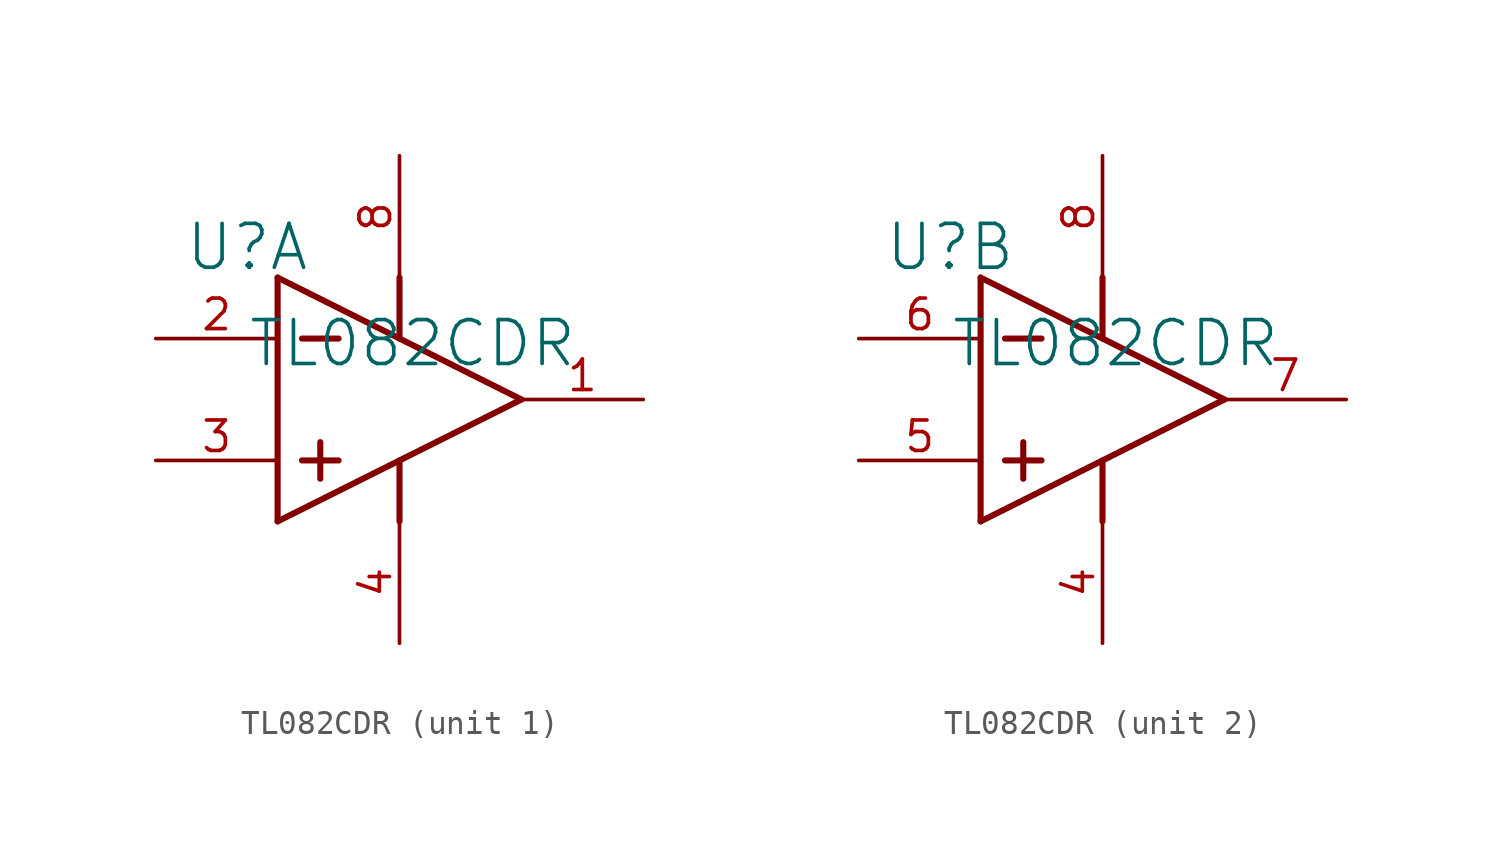
<source format=kicad_sym>
(kicad_symbol_lib
  (version 20241209)
  (generator "kicad_symbol_editor")
  (generator_version "9.0")
  (symbol "TL082CDR"
    (property "Reference" "U"
      (at -1.27 1.27 0)
      (effects (font (size 1.829 1.829))))
    (property "Value" "TL082CDR"
      (at -1.27 -3.81 0)
      (effects (font (size 1.829 1.829)) (justify left bottom)))
    (symbol "TL082CDR_0_0"
      (pin power_in line (at 5.08 5.08 270) (length 5.08) (name "VCC+" (effects (font (size 0 0)))) (number "8" (effects (font (size 1.27 1.27)))))
      (pin power_in line (at 5.08 -15.24 90) (length 5.08) (name "VCC-" (effects (font (size 0 0)))) (number "4" (effects (font (size 1.27 1.27))))))
    (symbol "TL082CDR_1_0"
      (polyline (pts (xy 0 0) (xy 0 -10.16)) (stroke (width 0.254) (type solid)) (fill (type none)))
      (polyline (pts (xy 0 0) (xy 10.16 -5.08)) (stroke (width 0.254) (type solid)) (fill (type none)))
      (polyline (pts (xy 0 -10.16) (xy 10.16 -5.08)) (stroke (width 0.254) (type solid)) (fill (type none)))
      (polyline (pts (xy 1.016 -2.54) (xy 2.54 -2.54)) (stroke (width 0.254) (type solid)) (fill (type none)))
      (polyline (pts (xy 1.016 -7.62) (xy 2.54 -7.62)) (stroke (width 0.254) (type solid)) (fill (type none)))
      (polyline (pts (xy 1.778 -6.858) (xy 1.778 -8.382)) (stroke (width 0.254) (type solid)) (fill (type none)))
      (polyline (pts (xy 5.08 0) (xy 5.08 -2.54)) (stroke (width 0.254) (type solid)) (fill (type none)))
      (polyline (pts (xy 5.08 -7.62) (xy 5.08 -10.16)) (stroke (width 0.254) (type solid)) (fill (type none)))
      (pin input line (at -5.08 -2.54 0) (length 5.08) (name "IN1-" (effects (font (size 0 0)))) (number "2" (effects (font (size 1.27 1.27)))))
      (pin input line (at -5.08 -7.62 0) (length 5.08) (name "IN1+" (effects (font (size 0 0)))) (number "3" (effects (font (size 1.27 1.27)))))
      (pin output line (at 15.24 -5.08 180) (length 5.08) (name "OUT1" (effects (font (size 0 0)))) (number "1" (effects (font (size 1.27 1.27))))))
    (symbol "TL082CDR_2_0"
      (polyline (pts (xy 0 0) (xy 0 -10.16)) (stroke (width 0.254) (type solid)) (fill (type none)))
      (polyline (pts (xy 0 0) (xy 10.16 -5.08)) (stroke (width 0.254) (type solid)) (fill (type none)))
      (polyline (pts (xy 0 -10.16) (xy 10.16 -5.08)) (stroke (width 0.254) (type solid)) (fill (type none)))
      (polyline (pts (xy 1.016 -2.54) (xy 2.54 -2.54)) (stroke (width 0.254) (type solid)) (fill (type none)))
      (polyline (pts (xy 1.016 -7.62) (xy 2.54 -7.62)) (stroke (width 0.254) (type solid)) (fill (type none)))
      (polyline (pts (xy 1.778 -6.858) (xy 1.778 -8.382)) (stroke (width 0.254) (type solid)) (fill (type none)))
      (polyline (pts (xy 5.08 0) (xy 5.08 -2.54)) (stroke (width 0.254) (type solid)) (fill (type none)))
      (polyline (pts (xy 5.08 -7.62) (xy 5.08 -10.16)) (stroke (width 0.254) (type solid)) (fill (type none)))
      (pin input line (at -5.08 -2.54 0) (length 5.08) (name "IN2-" (effects (font (size 0 0)))) (number "6" (effects (font (size 1.27 1.27)))))
      (pin input line (at -5.08 -7.62 0) (length 5.08) (name "IN2+" (effects (font (size 0 0)))) (number "5" (effects (font (size 1.27 1.27)))))
      (pin output line (at 15.24 -5.08 180) (length 5.08) (name "OUT2" (effects (font (size 0 0)))) (number "7" (effects (font (size 1.27 1.27))))))))
</source>
